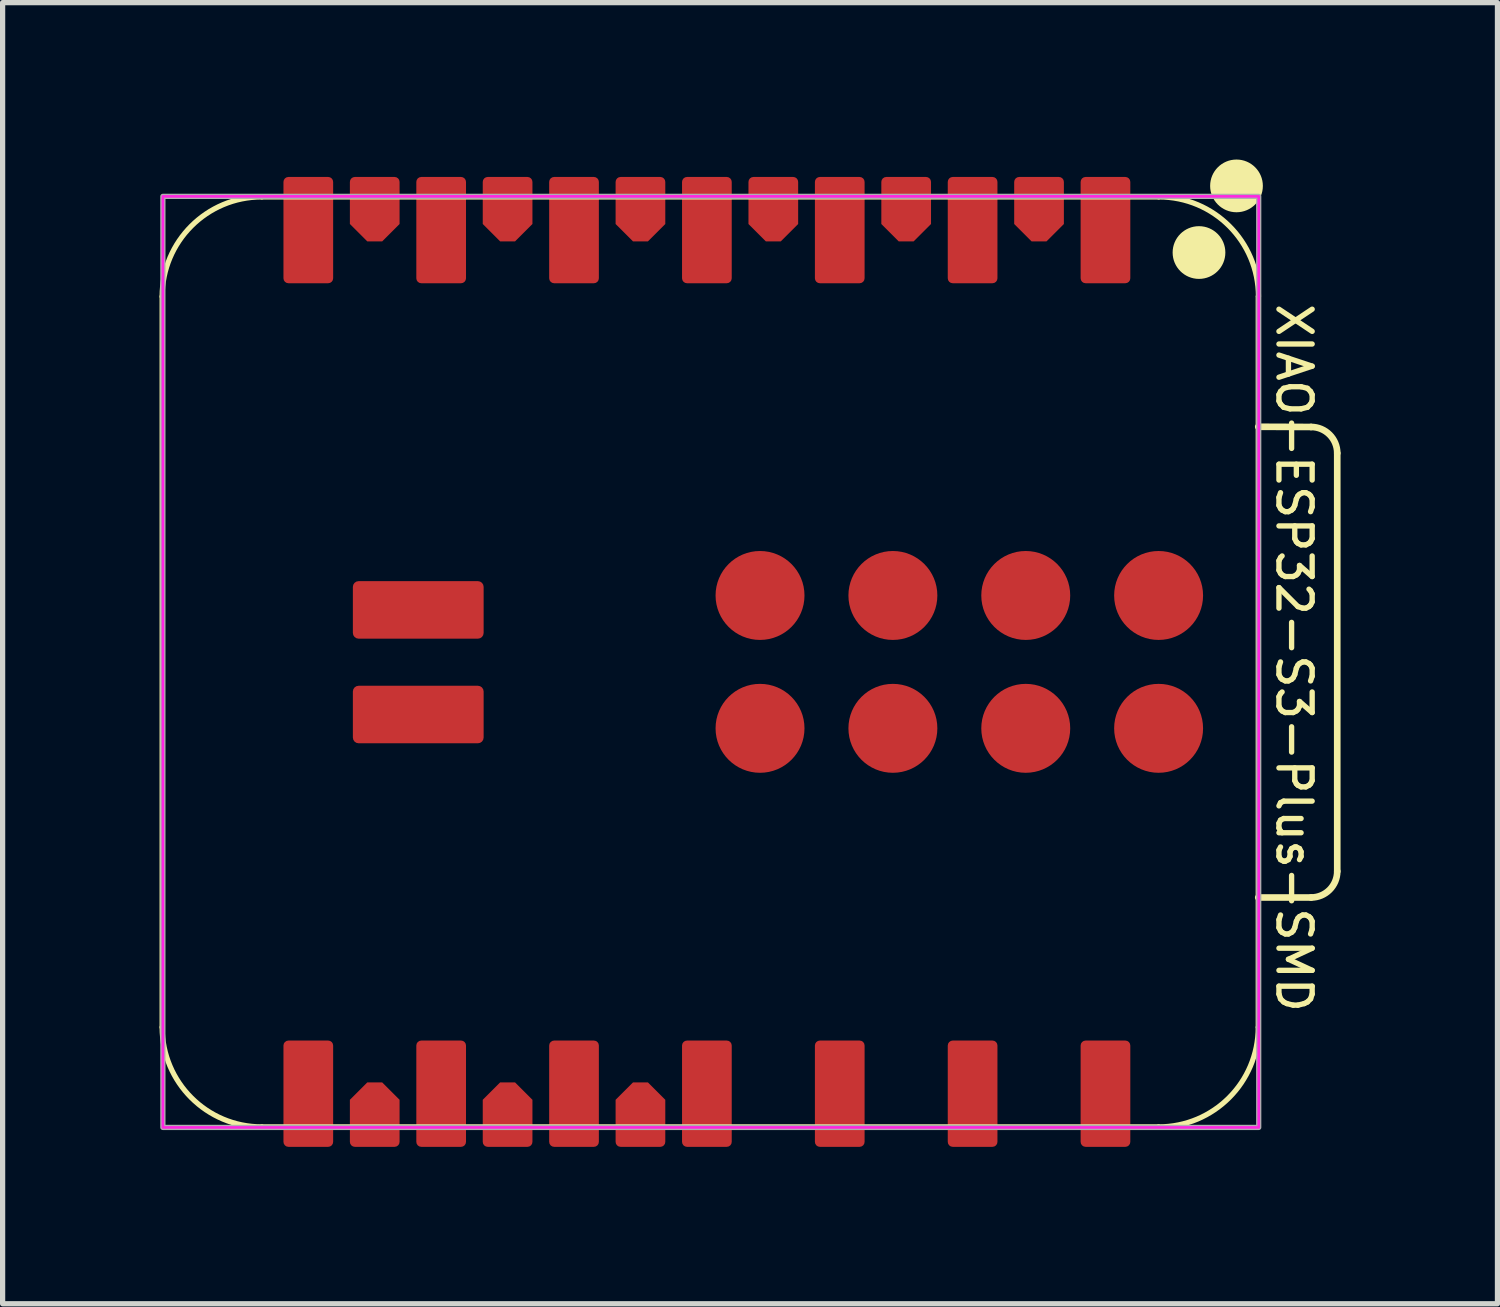
<source format=kicad_pcb>
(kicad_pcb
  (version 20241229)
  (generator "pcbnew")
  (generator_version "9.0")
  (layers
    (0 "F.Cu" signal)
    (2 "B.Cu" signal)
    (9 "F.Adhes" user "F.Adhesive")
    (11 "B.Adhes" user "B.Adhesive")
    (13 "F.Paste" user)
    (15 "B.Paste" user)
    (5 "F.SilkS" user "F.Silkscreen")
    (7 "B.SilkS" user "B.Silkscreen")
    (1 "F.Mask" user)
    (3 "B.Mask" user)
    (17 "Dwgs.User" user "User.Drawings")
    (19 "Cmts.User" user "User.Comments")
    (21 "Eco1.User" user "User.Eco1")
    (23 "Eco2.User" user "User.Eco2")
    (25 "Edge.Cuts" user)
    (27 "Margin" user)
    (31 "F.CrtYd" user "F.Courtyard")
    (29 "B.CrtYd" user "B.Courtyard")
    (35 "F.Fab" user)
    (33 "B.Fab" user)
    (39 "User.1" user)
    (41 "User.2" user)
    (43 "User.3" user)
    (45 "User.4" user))
  (footprint "XIAO-ESP32-S3-Plus-SMD"
    (layer "F.Cu")
    (at 10.464 9.604)
    (property "Reference" "XIAO-ESP32-S3-Plus-SMD" (at 11.225 -0.075 270) (unlocked yes) (layer "F.SilkS") (effects (font (size 0.635 0.635) (thickness 0.102))))
    (attr smd)
    (fp_line (start -10.414 -6.985) (end -10.414 6.985) (stroke (width 0.1) (type solid)) (layer "F.SilkS"))
    (fp_line (start -8.509 -8.89) (end 8.636 -8.89) (stroke (width 0.1) (type solid)) (layer "F.SilkS"))
    (fp_line (start -8.509 8.89) (end 8.636 8.89) (stroke (width 0.1) (type solid)) (layer "F.SilkS"))
    (fp_line (start 10.541 -4.495) (end 11.551 -4.491) (stroke (width 0.127) (type solid)) (layer "F.SilkS"))
    (fp_line (start 10.541 6.985) (end 10.541 -6.985) (stroke (width 0.1) (type solid)) (layer "F.SilkS"))
    (fp_line (start 11.551 4.504) (end 10.541 4.504) (stroke (width 0.127) (type solid)) (layer "F.SilkS"))
    (fp_line (start 12.051 -3.991) (end 12.051 4.004) (stroke (width 0.127) (type solid)) (layer "F.SilkS"))
    (fp_arc (start -10.414 -6.985) (mid -9.856038 -8.332038) (end -8.509 -8.89) (stroke (width 0.1) (type solid)) (layer "F.SilkS"))
    (fp_arc (start -8.509 8.89) (mid -9.856038 8.332038) (end -10.414 6.985) (stroke (width 0.1) (type solid)) (layer "F.SilkS"))
    (fp_arc (start 8.64 -8.89) (mid 9.987038 -8.332038) (end 10.545 -6.985) (stroke (width 0.1) (type solid)) (layer "F.SilkS"))
    (fp_arc (start 10.541 6.985) (mid 9.983024 8.332024) (end 8.636 8.89) (stroke (width 0.1) (type solid)) (layer "F.SilkS"))
    (fp_arc (start 11.551272 -4.491272) (mid 11.904644 -4.344724) (end 12.051 -3.991272) (stroke (width 0.127) (type default)) (layer "F.SilkS"))
    (fp_arc (start 12.051 4.004) (mid 11.904524 4.357524) (end 11.551 4.504) (stroke (width 0.127) (type default)) (layer "F.SilkS"))
    (fp_circle (center 9.408 -7.826) (end 9.662 -7.826) (stroke (width 0.5) (type solid)) (fill yes) (layer "F.SilkS"))
    (fp_circle (center 10.125 -9.1) (end 10.379 -9.1) (stroke (width 0.5) (type solid)) (fill yes) (layer "F.SilkS"))
    (fp_rect (start -10.4 -8.9) (end 10.55 8.9) (stroke (width 0.05) (type default)) (fill no) (layer "F.CrtYd"))
    (fp_rect (start -10.4 -8.9) (end 10.55 8.9) (stroke (width 0.1) (type default)) (fill no) (layer "F.Fab"))
    (fp_line (start -10.414 -6.985) (end -10.414 6.985) (stroke (width 0.025) (type solid)) (layer "User.1"))
    (fp_line (start -8.509 -8.89) (end 8.636 -8.89) (stroke (width 0.025) (type solid)) (layer "User.1"))
    (fp_line (start -8.509 8.89) (end 8.636 8.89) (stroke (width 0.025) (type solid)) (layer "User.1"))
    (fp_line (start 10.541 6.985) (end 10.541 -6.985) (stroke (width 0.025) (type solid)) (layer "User.1"))
    (fp_rect (start 5.715 -3.81) (end 12.065 3.81) (stroke (width 0.076) (type default)) (fill no) (layer "User.1"))
    (fp_arc (start -10.414 -6.985) (mid -9.856038 -8.332038) (end -8.509 -8.89) (stroke (width 0.0254) (type solid)) (layer "User.1"))
    (fp_arc (start -8.509 8.89) (mid -9.856038 8.332038) (end -10.414 6.985) (stroke (width 0.0254) (type solid)) (layer "User.1"))
    (fp_arc (start 8.636 -8.89) (mid 9.983038 -8.332038) (end 10.541 -6.985) (stroke (width 0.0254) (type solid)) (layer "User.1"))
    (fp_arc (start 10.541 6.985) (mid 9.983038 8.332038) (end 8.636 8.89) (stroke (width 0.0254) (type solid)) (layer "User.1"))
    (fp_circle (center -7.62 -8.89) (end -7.493 -8.89) (stroke (width 0.025) (type default)) (fill no) (layer "User.1"))
    (fp_circle (center -7.62 -7.62) (end -7.493 -7.62) (stroke (width 0.025) (type default)) (fill no) (layer "User.1"))
    (fp_circle (center -7.62 7.62) (end -7.493 7.62) (stroke (width 0.025) (type default)) (fill no) (layer "User.1"))
    (fp_circle (center -7.62 8.89) (end -7.493 8.89) (stroke (width 0.025) (type default)) (fill no) (layer "User.1"))
    (fp_circle (center -5.08 -8.89) (end -4.953 -8.89) (stroke (width 0.025) (type default)) (fill no) (layer "User.1"))
    (fp_circle (center -5.08 -7.62) (end -4.953 -7.62) (stroke (width 0.025) (type default)) (fill no) (layer "User.1"))
    (fp_circle (center -5.08 7.62) (end -4.953 7.62) (stroke (width 0.025) (type default)) (fill no) (layer "User.1"))
    (fp_circle (center -5.08 8.89) (end -4.953 8.89) (stroke (width 0.025) (type default)) (fill no) (layer "User.1"))
    (fp_circle (center -2.54 -8.89) (end -2.413 -8.89) (stroke (width 0.025) (type default)) (fill no) (layer "User.1"))
    (fp_circle (center -2.54 -7.62) (end -2.413 -7.62) (stroke (width 0.025) (type default)) (fill no) (layer "User.1"))
    (fp_circle (center -2.54 7.62) (end -2.413 7.62) (stroke (width 0.025) (type default)) (fill no) (layer "User.1"))
    (fp_circle (center -2.54 8.89) (end -2.413 8.89) (stroke (width 0.025) (type default)) (fill no) (layer "User.1"))
    (fp_circle (center 0 -8.89) (end 0.127 -8.89) (stroke (width 0.025) (type default)) (fill no) (layer "User.1"))
    (fp_circle (center 0 -7.62) (end 0.127 -7.62) (stroke (width 0.025) (type default)) (fill no) (layer "User.1"))
    (fp_circle (center 0 7.62) (end 0.127 7.62) (stroke (width 0.025) (type default)) (fill no) (layer "User.1"))
    (fp_circle (center 0 8.89) (end 0.127 8.89) (stroke (width 0.025) (type default)) (fill no) (layer "User.1"))
    (fp_circle (center 2.54 -8.89) (end 2.667 -8.89) (stroke (width 0.025) (type default)) (fill no) (layer "User.1"))
    (fp_circle (center 2.54 -7.62) (end 2.667 -7.62) (stroke (width 0.025) (type default)) (fill no) (layer "User.1"))
    (fp_circle (center 2.54 7.62) (end 2.667 7.62) (stroke (width 0.025) (type default)) (fill no) (layer "User.1"))
    (fp_circle (center 2.54 8.89) (end 2.667 8.89) (stroke (width 0.025) (type default)) (fill no) (layer "User.1"))
    (fp_circle (center 5.08 -8.89) (end 5.207 -8.89) (stroke (width 0.025) (type default)) (fill no) (layer "User.1"))
    (fp_circle (center 5.08 -7.62) (end 5.207 -7.62) (stroke (width 0.025) (type default)) (fill no) (layer "User.1"))
    (fp_circle (center 5.08 7.62) (end 5.207 7.62) (stroke (width 0.025) (type default)) (fill no) (layer "User.1"))
    (fp_circle (center 5.08 8.89) (end 5.207 8.89) (stroke (width 0.025) (type default)) (fill no) (layer "User.1"))
    (fp_circle (center 7.62 -8.89) (end 7.747 -8.89) (stroke (width 0.025) (type default)) (fill no) (layer "User.1"))
    (fp_circle (center 7.62 -7.62) (end 7.747 -7.62) (stroke (width 0.025) (type default)) (fill no) (layer "User.1"))
    (fp_circle (center 7.62 7.62) (end 7.747 7.62) (stroke (width 0.025) (type default)) (fill no) (layer "User.1"))
    (fp_circle (center 7.62 8.89) (end 7.747 8.89) (stroke (width 0.025) (type default)) (fill no) (layer "User.1"))
    (pad "1" smd roundrect (at 7.62 -8.255 90) (size 2.032 0.95) (layers "F.Cu" "F.Mask" "F.Paste") (roundrect_rratio 0.1))
    (pad "2" smd roundrect (at 5.08 -8.255 90) (size 2.032 0.95) (layers "F.Cu" "F.Mask" "F.Paste") (roundrect_rratio 0.1))
    (pad "3" smd roundrect (at 2.54 -8.255 90) (size 2.032 0.95) (layers "F.Cu" "F.Mask" "F.Paste") (roundrect_rratio 0.1))
    (pad "4" smd roundrect (at 0 -8.255 90) (size 2.032 0.95) (layers "F.Cu" "F.Mask" "F.Paste") (roundrect_rratio 0.1))
    (pad "5" smd roundrect (at -2.54 -8.255 90) (size 2.032 0.95) (layers "F.Cu" "F.Mask" "F.Paste") (roundrect_rratio 0.1))
    (pad "6" smd roundrect (at -5.08 -8.255 90) (size 2.032 0.95) (layers "F.Cu" "F.Mask" "F.Paste") (roundrect_rratio 0.1))
    (pad "7" smd roundrect (at -7.62 -8.255 90) (size 2.032 0.95) (layers "F.Cu" "F.Mask" "F.Paste") (roundrect_rratio 0.1))
    (pad "8" smd roundrect (at -7.62 8.255 270) (size 2.032 0.95) (layers "F.Cu" "F.Mask" "F.Paste") (roundrect_rratio 0.1))
    (pad "9" smd roundrect (at -5.08 8.255 270) (size 2.032 0.95) (layers "F.Cu" "F.Mask" "F.Paste") (roundrect_rratio 0.1))
    (pad "10" smd roundrect (at -2.54 8.255 270) (size 2.032 0.95) (layers "F.Cu" "F.Mask" "F.Paste") (roundrect_rratio 0.1))
    (pad "11" smd roundrect (at 0 8.255 270) (size 2.032 0.95) (layers "F.Cu" "F.Mask" "F.Paste") (roundrect_rratio 0.1))
    (pad "12" smd roundrect (at 2.54 8.255 270) (size 2.032 0.95) (layers "F.Cu" "F.Mask" "F.Paste") (roundrect_rratio 0.1))
    (pad "13" smd roundrect (at 5.08 8.255 270) (size 2.032 0.95) (layers "F.Cu" "F.Mask" "F.Paste") (roundrect_rratio 0.1))
    (pad "14" smd roundrect (at 7.62 8.255 270) (size 2.032 0.95) (layers "F.Cu" "F.Mask" "F.Paste") (roundrect_rratio 0.1))
    (pad "15" smd roundrect (at 6.35 -8.655 90) (size 1.232 0.95) (layers "F.Cu" "F.Mask" "F.Paste") (roundrect_rratio 0.1) (chamfer_ratio 0.35) (chamfer top_left bottom_left))
    (pad "16" smd roundrect (at 3.81 -8.655 90) (size 1.232 0.95) (layers "F.Cu" "F.Mask" "F.Paste") (roundrect_rratio 0.1) (chamfer_ratio 0.35) (chamfer top_left bottom_left))
    (pad "17" smd roundrect (at 1.27 -8.655 90) (size 1.232 0.95) (layers "F.Cu" "F.Mask" "F.Paste") (roundrect_rratio 0.1) (chamfer_ratio 0.35) (chamfer top_left bottom_left))
    (pad "18" smd roundrect (at -1.27 -8.655 90) (size 1.232 0.95) (layers "F.Cu" "F.Mask" "F.Paste") (roundrect_rratio 0.1) (chamfer_ratio 0.35) (chamfer top_left bottom_left))
    (pad "19" smd roundrect (at -3.81 -8.655 90) (size 1.232 0.95) (layers "F.Cu" "F.Mask" "F.Paste") (roundrect_rratio 0.1) (chamfer_ratio 0.35) (chamfer top_left bottom_left))
    (pad "20" smd roundrect (at -6.35 -8.655 90) (size 1.232 0.95) (layers "F.Cu" "F.Mask" "F.Paste") (roundrect_rratio 0.1) (chamfer_ratio 0.35) (chamfer top_left bottom_left))
    (pad "21" smd roundrect (at -6.35 8.655 270) (size 1.232 0.95) (layers "F.Cu" "F.Mask" "F.Paste") (roundrect_rratio 0.1) (chamfer_ratio 0.35) (chamfer top_left bottom_left))
    (pad "22" smd roundrect (at -3.81 8.655 270) (size 1.232 0.95) (layers "F.Cu" "F.Mask" "F.Paste") (roundrect_rratio 0.1) (chamfer_ratio 0.35) (chamfer top_left bottom_left))
    (pad "23" smd roundrect (at -1.27 8.655 270) (size 1.232 0.95) (layers "F.Cu" "F.Mask" "F.Paste") (roundrect_rratio 0.1) (chamfer_ratio 0.35) (chamfer top_left bottom_left))
    (pad "24" smd circle (at 8.636 -1.27 270) (size 1.7 1.7) (layers "F.Cu" "F.Mask" "F.Paste"))
    (pad "25" smd circle (at 8.636 1.27 270) (size 1.7 1.7) (layers "F.Cu" "F.Mask" "F.Paste"))
    (pad "26" smd circle (at 6.096 -1.27 270) (size 1.7 1.7) (layers "F.Cu" "F.Mask" "F.Paste"))
    (pad "27" smd circle (at 6.096 1.27 270) (size 1.7 1.7) (layers "F.Cu" "F.Mask" "F.Paste"))
    (pad "28" smd circle (at 3.556 -1.27 270) (size 1.7 1.7) (layers "F.Cu" "F.Mask" "F.Paste"))
    (pad "29" smd circle (at 3.556 1.27 270) (size 1.7 1.7) (layers "F.Cu" "F.Mask" "F.Paste"))
    (pad "30" smd circle (at 1.016 -1.27 270) (size 1.7 1.7) (layers "F.Cu" "F.Mask" "F.Paste"))
    (pad "31" smd circle (at 1.016 1.27 270) (size 1.7 1.7) (layers "F.Cu" "F.Mask" "F.Paste"))
    (pad "32" smd roundrect (at -5.518 -0.994 180) (size 2.5 1.1) (layers "F.Cu" "F.Mask" "F.Paste") (roundrect_rratio 0.1))
    (pad "33" smd roundrect (at -5.518 1.006 180) (size 2.5 1.1) (layers "F.Cu" "F.Mask" "F.Paste") (roundrect_rratio 0.1)))
  (gr_rect
    (start -3 -3)
    (end 25.578 21.875)
    (stroke (width 0.1) (type default))
    (fill no)
    (layer "Edge.Cuts")))
</source>
